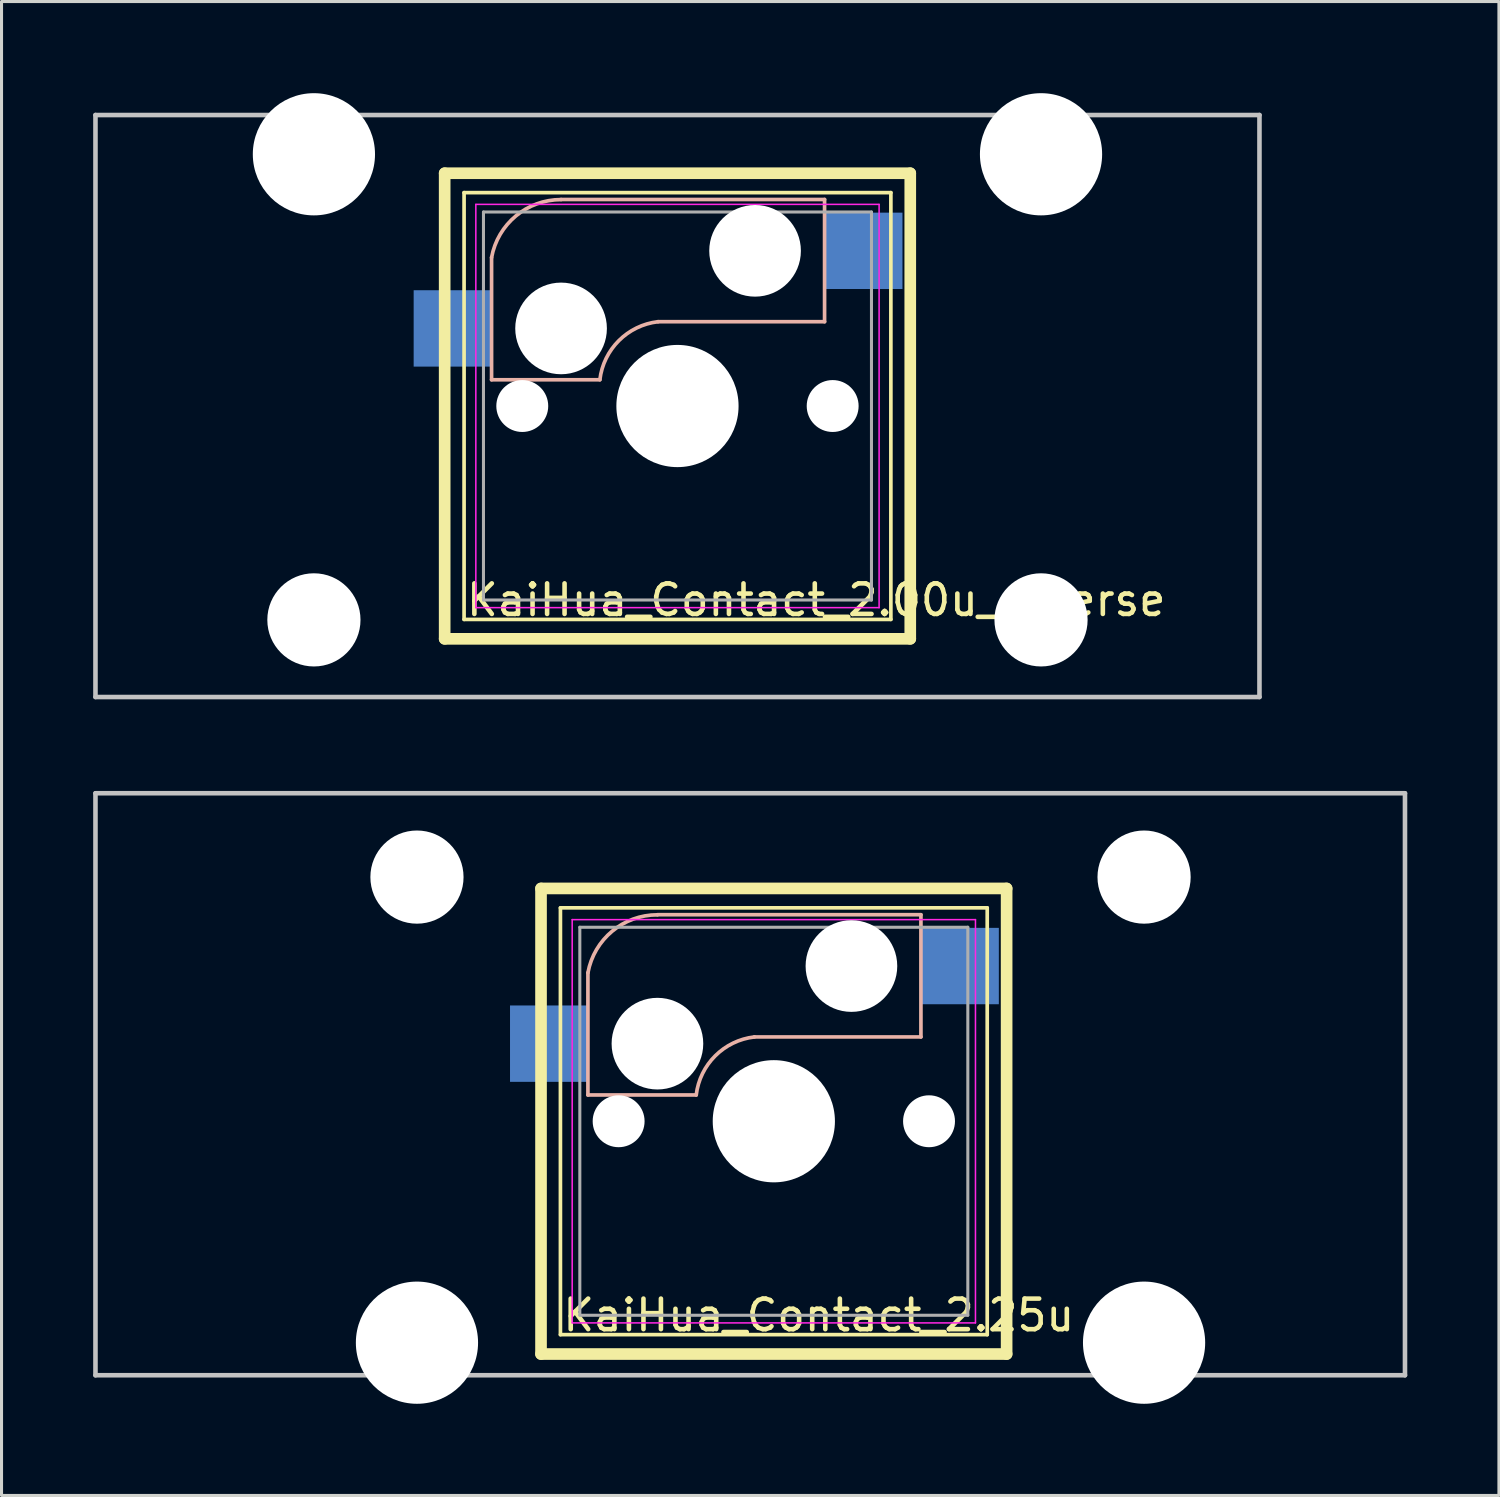
<source format=kicad_pcb>
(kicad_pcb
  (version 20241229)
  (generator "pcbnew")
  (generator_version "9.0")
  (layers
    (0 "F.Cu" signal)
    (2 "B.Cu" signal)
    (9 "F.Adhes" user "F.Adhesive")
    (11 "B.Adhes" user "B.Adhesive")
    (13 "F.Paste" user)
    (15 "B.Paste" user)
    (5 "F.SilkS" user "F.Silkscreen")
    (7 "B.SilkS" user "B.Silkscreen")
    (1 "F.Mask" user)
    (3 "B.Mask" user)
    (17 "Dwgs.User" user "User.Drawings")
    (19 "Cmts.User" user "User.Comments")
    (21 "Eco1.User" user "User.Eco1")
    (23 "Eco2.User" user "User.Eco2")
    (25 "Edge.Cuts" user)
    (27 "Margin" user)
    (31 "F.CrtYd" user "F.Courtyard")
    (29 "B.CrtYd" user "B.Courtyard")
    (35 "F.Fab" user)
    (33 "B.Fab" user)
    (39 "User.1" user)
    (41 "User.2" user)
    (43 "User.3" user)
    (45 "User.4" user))
  (footprint "KaiHua_Contact_2.25u"
    (layer "F.Cu")
    (at 22.279 33.651)
    (property "Reference" "KaiHua_Contact_2.25u" (at -6.985 6.35 0) (unlocked yes) (layer "F.SilkS") (effects (font (size 1 1) (thickness 0.15)) (justify left)))
    (attr smd)
    (fp_line (start -7.62 -7.62) (end -7.62 7.62) (stroke (width 0.381) (type solid)) (layer "F.SilkS"))
    (fp_line (start -7.62 7.62) (end 7.62 7.62) (stroke (width 0.381) (type solid)) (layer "F.SilkS"))
    (fp_line (start -6.985 -6.985) (end 6.985 -6.985) (stroke (width 0.12) (type solid)) (layer "F.SilkS"))
    (fp_line (start -6.985 6.985) (end -6.985 -6.985) (stroke (width 0.12) (type solid)) (layer "F.SilkS"))
    (fp_line (start 6.985 -6.985) (end 6.985 6.985) (stroke (width 0.12) (type solid)) (layer "F.SilkS"))
    (fp_line (start 6.985 6.985) (end -6.985 6.985) (stroke (width 0.12) (type solid)) (layer "F.SilkS"))
    (fp_line (start 7.62 -7.62) (end -7.62 -7.62) (stroke (width 0.381) (type solid)) (layer "F.SilkS"))
    (fp_line (start 7.62 7.62) (end 7.62 -7.62) (stroke (width 0.381) (type solid)) (layer "F.SilkS"))
    (fp_line (start -6.085 -0.86) (end -6.085 -4.86) (stroke (width 0.12) (type solid)) (layer "B.SilkS"))
    (fp_line (start -6.085 -0.86) (end -2.54 -0.86) (stroke (width 0.12) (type solid)) (layer "B.SilkS"))
    (fp_line (start 4.815 -6.76) (end -3.81 -6.76) (stroke (width 0.12) (type solid)) (layer "B.SilkS"))
    (fp_line (start 4.815 -6.76) (end 4.815 -2.76) (stroke (width 0.12) (type solid)) (layer "B.SilkS"))
    (fp_line (start 4.815 -2.76) (end -0.635 -2.76) (stroke (width 0.12) (type solid)) (layer "B.SilkS"))
    (fp_arc (start -6.084999 -4.86) (mid -5.29124 -6.220888) (end -3.81 -6.757541) (stroke (width 0.12) (type solid)) (layer "B.SilkS"))
    (fp_arc (start -2.54 -0.86) (mid -1.917761 -2.14113) (end -0.635 -2.76) (stroke (width 0.12) (type solid)) (layer "B.SilkS"))
    (fp_line (start -22.204 -10.736) (end 20.659 -10.736) (stroke (width 0.15) (type solid)) (layer "Dwgs.User"))
    (fp_line (start -22.204 8.314) (end -22.204 -10.736) (stroke (width 0.15) (type solid)) (layer "Dwgs.User"))
    (fp_line (start 20.659 -10.736) (end 20.659 8.314) (stroke (width 0.15) (type solid)) (layer "Dwgs.User"))
    (fp_line (start 20.659 8.314) (end -22.204 8.314) (stroke (width 0.15) (type solid)) (layer "Dwgs.User"))
    (fp_line (start -6.6 -6.6) (end 6.6 -6.6) (stroke (width 0.05) (type solid)) (layer "F.CrtYd"))
    (fp_line (start -6.6 6.6) (end -6.6 -6.6) (stroke (width 0.05) (type solid)) (layer "F.CrtYd"))
    (fp_line (start 6.6 -6.6) (end 6.6 6.6) (stroke (width 0.05) (type solid)) (layer "F.CrtYd"))
    (fp_line (start 6.6 6.6) (end -6.6 6.6) (stroke (width 0.05) (type solid)) (layer "F.CrtYd"))
    (fp_line (start -6.35 -6.35) (end 6.35 -6.35) (stroke (width 0.1) (type solid)) (layer "F.Fab"))
    (fp_line (start -6.35 6.35) (end -6.35 -6.35) (stroke (width 0.1) (type solid)) (layer "F.Fab"))
    (fp_line (start 6.35 -6.35) (end 6.35 6.35) (stroke (width 0.1) (type solid)) (layer "F.Fab"))
    (fp_line (start 6.35 6.35) (end -6.35 6.35) (stroke (width 0.1) (type solid)) (layer "F.Fab"))
    (pad "" np_thru_hole circle (at -11.681 -7.992) (size 3.05 3.05) (drill 3.05) (layers "*.Cu" "*.Mask"))
    (pad "" np_thru_hole circle (at -11.681 7.248) (size 4 4) (drill 4) (layers "*.Cu" "*.Mask"))
    (pad "" np_thru_hole circle (at -5.08 0 180) (size 1.699 1.699) (drill 1.699) (layers "*.Cu" "*.Mask"))
    (pad "" np_thru_hole circle (at -3.81 -2.54 180) (size 3 3) (drill 3) (layers "*.Cu" "*.Mask"))
    (pad "" np_thru_hole circle (at 0 0) (size 4 4) (drill 4) (layers "*.Cu" "*.Mask"))
    (pad "" np_thru_hole circle (at 2.54 -5.08) (size 3 3) (drill 3) (layers "*.Cu" "*.Mask"))
    (pad "" np_thru_hole circle (at 5.08 0 180) (size 1.699 1.699) (drill 1.699) (layers "*.Cu" "*.Mask"))
    (pad "" np_thru_hole circle (at 12.119 -7.992) (size 3.05 3.05) (drill 3.05) (layers "*.Cu" "*.Mask"))
    (pad "" np_thru_hole circle (at 12.119 7.248) (size 4 4) (drill 4) (layers "*.Cu" "*.Mask"))
    (pad "1" smd rect (at 6.09 -5.08) (size 2.55 2.5) (layers "B.Cu" "B.Mask" "B.Paste"))
    (pad "2" smd rect (at -7.36 -2.54 180) (size 2.55 2.5) (layers "B.Cu" "B.Mask" "B.Paste")))
  (footprint "KaiHua_Contact_2.00u_reverse"
    (layer "F.Cu")
    (at 19.125 10.24)
    (property "Reference" "KaiHua_Contact_2.00u_reverse" (at -6.985 6.35 0) (unlocked yes) (layer "F.SilkS") (effects (font (size 1 1) (thickness 0.15)) (justify left)))
    (attr smd)
    (fp_line (start -7.62 -7.62) (end -7.62 7.62) (stroke (width 0.381) (type solid)) (layer "F.SilkS"))
    (fp_line (start -7.62 7.62) (end 7.62 7.62) (stroke (width 0.381) (type solid)) (layer "F.SilkS"))
    (fp_line (start -6.985 -6.985) (end 6.985 -6.985) (stroke (width 0.12) (type solid)) (layer "F.SilkS"))
    (fp_line (start -6.985 6.985) (end -6.985 -6.985) (stroke (width 0.12) (type solid)) (layer "F.SilkS"))
    (fp_line (start 6.985 -6.985) (end 6.985 6.985) (stroke (width 0.12) (type solid)) (layer "F.SilkS"))
    (fp_line (start 6.985 6.985) (end -6.985 6.985) (stroke (width 0.12) (type solid)) (layer "F.SilkS"))
    (fp_line (start 7.62 -7.62) (end -7.62 -7.62) (stroke (width 0.381) (type solid)) (layer "F.SilkS"))
    (fp_line (start 7.62 7.62) (end 7.62 -7.62) (stroke (width 0.381) (type solid)) (layer "F.SilkS"))
    (fp_line (start -6.085 -0.86) (end -6.085 -4.86) (stroke (width 0.12) (type solid)) (layer "B.SilkS"))
    (fp_line (start -6.085 -0.86) (end -2.54 -0.86) (stroke (width 0.12) (type solid)) (layer "B.SilkS"))
    (fp_line (start 4.815 -6.76) (end -3.81 -6.76) (stroke (width 0.12) (type solid)) (layer "B.SilkS"))
    (fp_line (start 4.815 -6.76) (end 4.815 -2.76) (stroke (width 0.12) (type solid)) (layer "B.SilkS"))
    (fp_line (start 4.815 -2.76) (end -0.635 -2.76) (stroke (width 0.12) (type solid)) (layer "B.SilkS"))
    (fp_arc (start -6.084999 -4.86) (mid -5.29124 -6.220888) (end -3.81 -6.757541) (stroke (width 0.12) (type solid)) (layer "B.SilkS"))
    (fp_arc (start -2.54 -0.86) (mid -1.917761 -2.14113) (end -0.635 -2.76) (stroke (width 0.12) (type solid)) (layer "B.SilkS"))
    (fp_line (start -19.05 -9.525) (end 19.05 -9.525) (stroke (width 0.15) (type solid)) (layer "Dwgs.User"))
    (fp_line (start -19.05 9.525) (end -19.05 -9.525) (stroke (width 0.15) (type solid)) (layer "Dwgs.User"))
    (fp_line (start 19.05 -9.525) (end 19.05 9.525) (stroke (width 0.15) (type solid)) (layer "Dwgs.User"))
    (fp_line (start 19.05 9.525) (end -19.05 9.525) (stroke (width 0.15) (type solid)) (layer "Dwgs.User"))
    (fp_line (start -6.6 -6.6) (end 6.6 -6.6) (stroke (width 0.05) (type solid)) (layer "F.CrtYd"))
    (fp_line (start -6.6 6.6) (end -6.6 -6.6) (stroke (width 0.05) (type solid)) (layer "F.CrtYd"))
    (fp_line (start 6.6 -6.6) (end 6.6 6.6) (stroke (width 0.05) (type solid)) (layer "F.CrtYd"))
    (fp_line (start 6.6 6.6) (end -6.6 6.6) (stroke (width 0.05) (type solid)) (layer "F.CrtYd"))
    (fp_line (start -6.35 -6.35) (end 6.35 -6.35) (stroke (width 0.1) (type solid)) (layer "F.Fab"))
    (fp_line (start -6.35 6.35) (end -6.35 -6.35) (stroke (width 0.1) (type solid)) (layer "F.Fab"))
    (fp_line (start 6.35 -6.35) (end 6.35 6.35) (stroke (width 0.1) (type solid)) (layer "F.Fab"))
    (fp_line (start 6.35 6.35) (end -6.35 6.35) (stroke (width 0.1) (type solid)) (layer "F.Fab"))
    (pad "" np_thru_hole circle (at -11.9 -8.24 180) (size 4 4) (drill 4) (layers "*.Cu" "*.Mask"))
    (pad "" np_thru_hole circle (at -11.9 7 180) (size 3.05 3.05) (drill 3.05) (layers "*.Cu" "*.Mask"))
    (pad "" np_thru_hole circle (at -5.08 0 180) (size 1.699 1.699) (drill 1.699) (layers "*.Cu" "*.Mask"))
    (pad "" np_thru_hole circle (at -3.81 -2.54 180) (size 3 3) (drill 3) (layers "*.Cu" "*.Mask"))
    (pad "" np_thru_hole circle (at 0 0) (size 4 4) (drill 4) (layers "*.Cu" "*.Mask"))
    (pad "" np_thru_hole circle (at 2.54 -5.08) (size 3 3) (drill 3) (layers "*.Cu" "*.Mask"))
    (pad "" np_thru_hole circle (at 5.08 0 180) (size 1.699 1.699) (drill 1.699) (layers "*.Cu" "*.Mask"))
    (pad "" np_thru_hole circle (at 11.9 -8.24 180) (size 4 4) (drill 4) (layers "*.Cu" "*.Mask"))
    (pad "" np_thru_hole circle (at 11.9 7 180) (size 3.05 3.05) (drill 3.05) (layers "*.Cu" "*.Mask"))
    (pad "1" smd rect (at 6.09 -5.08) (size 2.55 2.5) (layers "B.Cu" "B.Mask" "B.Paste"))
    (pad "2" smd rect (at -7.36 -2.54 180) (size 2.55 2.5) (layers "B.Cu" "B.Mask" "B.Paste")))
  (gr_rect
    (start -3 -3)
    (end 46.013 45.899)
    (stroke (width 0.1) (type default))
    (fill no)
    (layer "Edge.Cuts")))
</source>
